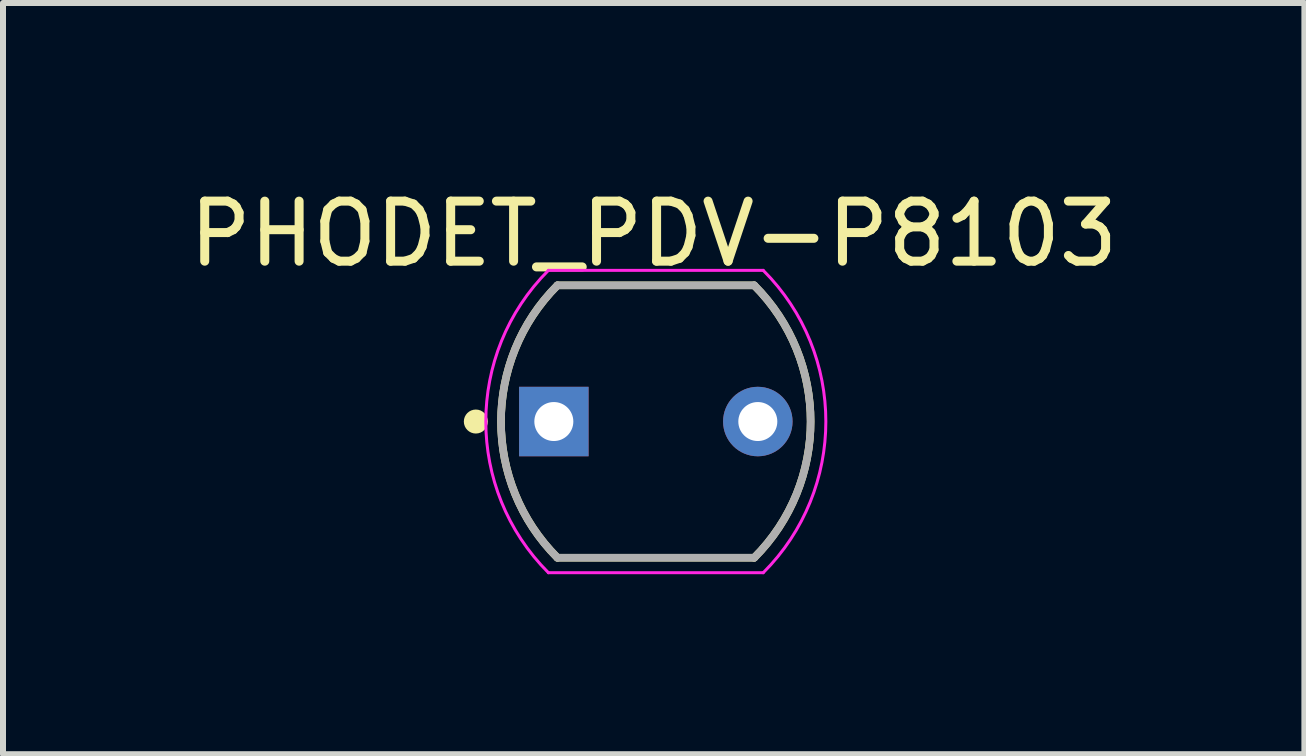
<source format=kicad_pcb>
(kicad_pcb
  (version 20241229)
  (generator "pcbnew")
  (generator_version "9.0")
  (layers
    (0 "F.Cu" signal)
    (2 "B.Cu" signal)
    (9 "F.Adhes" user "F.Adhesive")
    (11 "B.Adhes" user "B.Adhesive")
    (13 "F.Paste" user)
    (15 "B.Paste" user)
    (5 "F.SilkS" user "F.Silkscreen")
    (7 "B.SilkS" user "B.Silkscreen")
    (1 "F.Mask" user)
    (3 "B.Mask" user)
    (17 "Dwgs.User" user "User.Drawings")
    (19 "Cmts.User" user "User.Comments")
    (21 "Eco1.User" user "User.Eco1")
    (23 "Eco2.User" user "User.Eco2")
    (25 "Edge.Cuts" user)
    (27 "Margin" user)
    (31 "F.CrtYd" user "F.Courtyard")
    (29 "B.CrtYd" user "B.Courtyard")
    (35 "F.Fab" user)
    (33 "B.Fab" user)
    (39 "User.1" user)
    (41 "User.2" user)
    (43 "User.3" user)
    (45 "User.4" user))
  (footprint "PHODET_PDV-P8103"
    (layer "F.Cu")
    (at 7.881 3.976)
    (property "Reference" "PHODET_PDV-P8103" (at -0.035 -3.128 0) (layer "F.SilkS") (effects (font (size 1.001 1.001) (thickness 0.15))))
    (attr through_hole)
    (fp_line (start -1.64 -2.27) (end 1.64 -2.27) (stroke (width 0.127) (type solid)) (layer "F.SilkS"))
    (fp_line (start 1.64 2.27) (end -1.64 2.27) (stroke (width 0.127) (type solid)) (layer "F.SilkS"))
    (fp_arc (start -1.64 2.27) (mid -2.580265 0) (end -1.64 -2.27) (stroke (width 0.127) (type solid)) (layer "F.SilkS"))
    (fp_arc (start 1.64 -2.27) (mid 2.580265 0) (end 1.64 2.27) (stroke (width 0.127) (type solid)) (layer "F.SilkS"))
    (fp_circle (center -3 0) (end -2.9 0) (stroke (width 0.2) (type solid)) (fill no) (layer "F.SilkS"))
    (fp_line (start -1.79 -2.52) (end 1.79 -2.52) (stroke (width 0.05) (type solid)) (layer "F.CrtYd"))
    (fp_line (start 1.79 2.52) (end -1.79 2.52) (stroke (width 0.05) (type solid)) (layer "F.CrtYd"))
    (fp_arc (start -1.79 2.52) (mid -2.833818 0) (end -1.79 -2.52) (stroke (width 0.05) (type solid)) (layer "F.CrtYd"))
    (fp_arc (start 1.79 -2.52) (mid 2.833818 0) (end 1.79 2.52) (stroke (width 0.05) (type solid)) (layer "F.CrtYd"))
    (fp_line (start -1.64 -2.27) (end 1.64 -2.27) (stroke (width 0.127) (type solid)) (layer "F.Fab"))
    (fp_line (start 1.64 2.27) (end -1.64 2.27) (stroke (width 0.127) (type solid)) (layer "F.Fab"))
    (fp_arc (start -1.64 2.27) (mid -2.580265 0) (end -1.64 -2.27) (stroke (width 0.127) (type solid)) (layer "F.Fab"))
    (fp_arc (start 1.64 -2.27) (mid 2.580265 0) (end 1.64 2.27) (stroke (width 0.127) (type solid)) (layer "F.Fab"))
    (fp_circle (center -1.7 0) (end -1.6 0) (stroke (width 0.2) (type solid)) (fill no) (layer "F.Fab"))
    (pad "1" thru_hole rect (at -1.7 0) (size 1.158 1.158) (drill 0.65) (layers "*.Cu" "*.Mask"))
    (pad "2" thru_hole circle (at 1.7 0) (size 1.158 1.158) (drill 0.65) (layers "*.Cu" "*.Mask")))
  (gr_rect
    (start -3 -3)
    (end 18.691 9.521)
    (stroke (width 0.1) (type default))
    (fill no)
    (layer "Edge.Cuts")))
</source>
